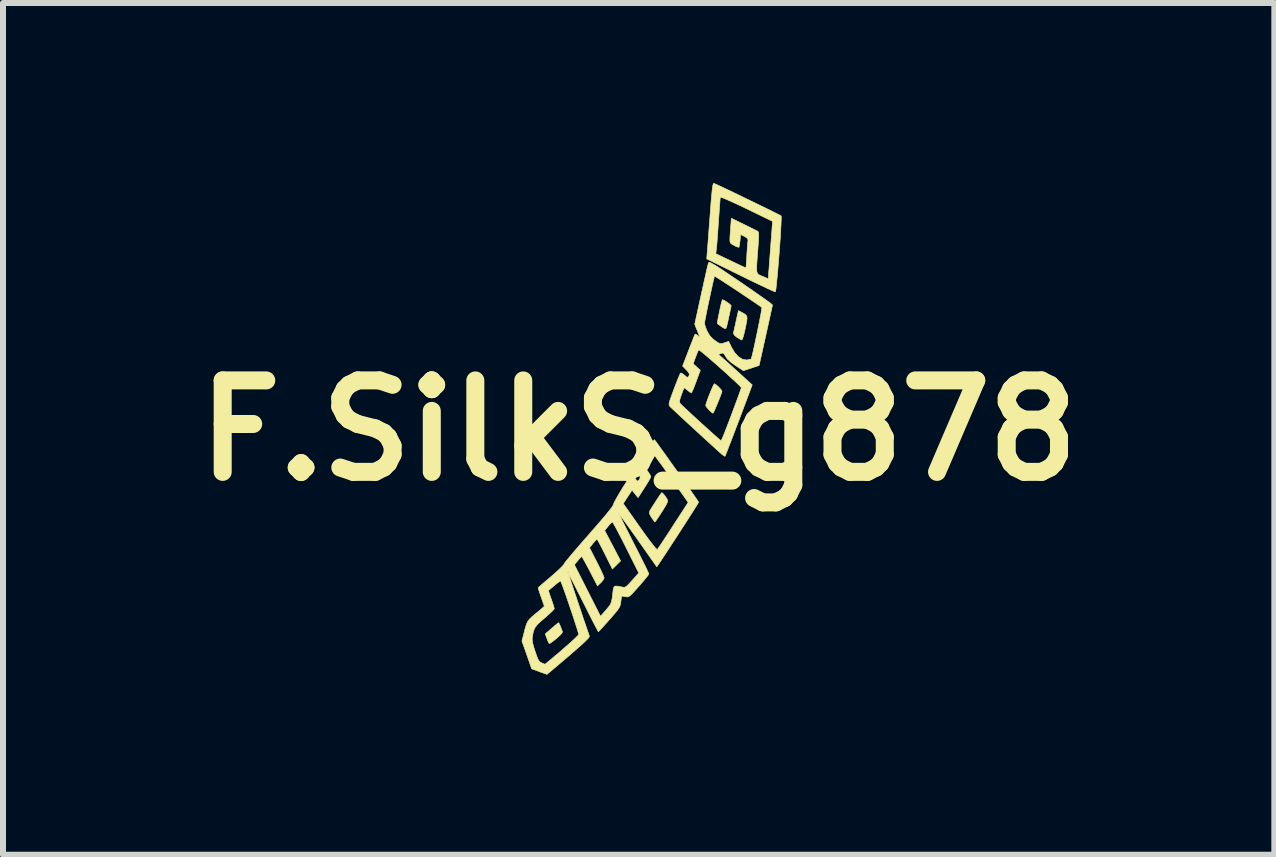
<source format=kicad_pcb>
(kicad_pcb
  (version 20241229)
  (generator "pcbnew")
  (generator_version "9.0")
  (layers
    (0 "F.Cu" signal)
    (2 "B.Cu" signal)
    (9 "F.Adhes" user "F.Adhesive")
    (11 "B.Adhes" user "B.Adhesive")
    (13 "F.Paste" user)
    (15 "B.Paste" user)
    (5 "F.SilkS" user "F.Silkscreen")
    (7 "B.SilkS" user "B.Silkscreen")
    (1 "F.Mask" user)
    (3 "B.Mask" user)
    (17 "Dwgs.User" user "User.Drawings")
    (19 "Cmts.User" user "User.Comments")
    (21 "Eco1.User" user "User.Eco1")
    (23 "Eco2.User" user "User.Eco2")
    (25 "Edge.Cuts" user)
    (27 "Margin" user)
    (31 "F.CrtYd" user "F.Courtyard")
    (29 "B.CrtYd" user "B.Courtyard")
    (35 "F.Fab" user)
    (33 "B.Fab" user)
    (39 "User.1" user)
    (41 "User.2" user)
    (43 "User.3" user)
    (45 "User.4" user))
  (footprint "F.SilkS_g878"
    (layer "F.Cu")
    (at 7.591 4.123)
    (property "Reference" "F.SilkS_g878" (at 0 0 0) (layer "F.SilkS") (effects (font (size 1.524 1.524) (thickness 0.3))))
    (attr through_hole)
    (fp_poly (pts (xy -1.316 3.234) (xy -1.297 3.279) (xy -1.28 3.323) (xy -1.27 3.354) (xy -1.27 3.358) (xy -1.282 3.38) (xy -1.314 3.414) (xy -1.349 3.447) (xy -1.411 3.498) (xy -1.452 3.529) (xy -1.477 3.545) (xy -1.491 3.547) (xy -1.498 3.54) (xy -1.509 3.515) (xy -1.526 3.472) (xy -1.532 3.456) (xy -1.556 3.389) (xy -1.446 3.293) (xy -1.396 3.25) (xy -1.357 3.219) (xy -1.335 3.203) (xy -1.332 3.203) (xy -1.316 3.234)) (stroke (width 0.01) (type solid)) (fill yes) (layer "F.SilkS"))
    (fp_poly (pts (xy 1.707 -1.974) (xy 1.754 -1.949) (xy 1.784 -1.928) (xy 1.801 -1.905) (xy 1.806 -1.871) (xy 1.8 -1.821) (xy 1.786 -1.748) (xy 1.777 -1.704) (xy 1.76 -1.628) (xy 1.743 -1.565) (xy 1.729 -1.523) (xy 1.719 -1.508) (xy 1.719 -1.508) (xy 1.696 -1.518) (xy 1.657 -1.541) (xy 1.637 -1.553) (xy 1.595 -1.588) (xy 1.58 -1.617) (xy 1.581 -1.633) (xy 1.588 -1.664) (xy 1.6 -1.719) (xy 1.616 -1.789) (xy 1.625 -1.833) (xy 1.662 -1.998) (xy 1.707 -1.974)) (stroke (width 0.01) (type solid)) (fill yes) (layer "F.SilkS"))
    (fp_poly (pts (xy 1.283 -0.768) (xy 1.316 -0.74) (xy 1.351 -0.706) (xy 1.378 -0.674) (xy 1.389 -0.656) (xy 1.383 -0.633) (xy 1.367 -0.588) (xy 1.344 -0.529) (xy 1.318 -0.463) (xy 1.291 -0.399) (xy 1.267 -0.343) (xy 1.248 -0.303) (xy 1.238 -0.288) (xy 1.238 -0.288) (xy 1.22 -0.299) (xy 1.188 -0.327) (xy 1.172 -0.344) (xy 1.139 -0.38) (xy 1.12 -0.409) (xy 1.117 -0.416) (xy 1.123 -0.444) (xy 1.139 -0.492) (xy 1.161 -0.553) (xy 1.187 -0.619) (xy 1.213 -0.682) (xy 1.236 -0.735) (xy 1.254 -0.769) (xy 1.262 -0.779) (xy 1.283 -0.768)) (stroke (width 0.01) (type solid)) (fill yes) (layer "F.SilkS"))
    (fp_poly (pts (xy 0.396 1.041) (xy 0.421 1.067) (xy 0.449 1.104) (xy 0.474 1.143) (xy 0.475 1.146) (xy 0.482 1.165) (xy 0.48 1.188) (xy 0.467 1.22) (xy 0.44 1.268) (xy 0.398 1.337) (xy 0.387 1.353) (xy 0.345 1.419) (xy 0.309 1.473) (xy 0.283 1.51) (xy 0.271 1.523) (xy 0.258 1.511) (xy 0.234 1.477) (xy 0.215 1.449) (xy 0.187 1.401) (xy 0.178 1.37) (xy 0.183 1.344) (xy 0.188 1.334) (xy 0.204 1.308) (xy 0.232 1.262) (xy 0.269 1.206) (xy 0.307 1.146) (xy 0.343 1.092) (xy 0.371 1.052) (xy 0.383 1.035) (xy 0.396 1.041)) (stroke (width 0.01) (type solid)) (fill yes) (layer "F.SilkS"))
    (fp_poly (pts (xy 1.412 -2.175) (xy 1.444 -2.157) (xy 1.483 -2.131) (xy 1.518 -2.104) (xy 1.539 -2.084) (xy 1.541 -2.08) (xy 1.537 -2.058) (xy 1.528 -2.011) (xy 1.515 -1.95) (xy 1.5 -1.882) (xy 1.486 -1.816) (xy 1.473 -1.761) (xy 1.464 -1.726) (xy 1.463 -1.723) (xy 1.453 -1.701) (xy 1.437 -1.697) (xy 1.407 -1.713) (xy 1.375 -1.734) (xy 1.338 -1.761) (xy 1.314 -1.78) (xy 1.311 -1.782) (xy 1.312 -1.8) (xy 1.318 -1.843) (xy 1.33 -1.903) (xy 1.344 -1.972) (xy 1.359 -2.042) (xy 1.373 -2.105) (xy 1.386 -2.153) (xy 1.394 -2.178) (xy 1.395 -2.179) (xy 1.412 -2.175)) (stroke (width 0.01) (type solid)) (fill yes) (layer "F.SilkS"))
    (fp_poly (pts (xy 1.275 -4.109) (xy 1.321 -4.088) (xy 1.39 -4.056) (xy 1.476 -4.015) (xy 1.575 -3.968) (xy 1.683 -3.916) (xy 1.796 -3.861) (xy 1.91 -3.806) (xy 2.02 -3.752) (xy 2.123 -3.702) (xy 2.213 -3.658) (xy 2.287 -3.621) (xy 2.341 -3.594) (xy 2.37 -3.578) (xy 2.374 -3.576) (xy 2.376 -3.556) (xy 2.375 -3.508) (xy 2.372 -3.435) (xy 2.367 -3.343) (xy 2.361 -3.235) (xy 2.353 -3.116) (xy 2.344 -2.991) (xy 2.334 -2.864) (xy 2.324 -2.74) (xy 2.314 -2.624) (xy 2.304 -2.519) (xy 2.295 -2.431) (xy 2.288 -2.364) (xy 2.281 -2.322) (xy 2.277 -2.31) (xy 2.259 -2.316) (xy 2.213 -2.336) (xy 2.145 -2.367) (xy 2.056 -2.409) (xy 1.951 -2.459) (xy 1.833 -2.516) (xy 1.705 -2.579) (xy 1.697 -2.583) (xy 1.134 -2.86) (xy 1.141 -2.946) (xy 1.285 -2.946) (xy 1.533 -2.828) (xy 1.617 -2.788) (xy 1.689 -2.754) (xy 1.745 -2.728) (xy 1.778 -2.713) (xy 1.786 -2.709) (xy 1.789 -2.725) (xy 1.793 -2.769) (xy 1.797 -2.833) (xy 1.802 -2.912) (xy 1.802 -2.925) (xy 1.808 -3.01) (xy 1.813 -3.083) (xy 1.818 -3.139) (xy 1.822 -3.169) (xy 1.822 -3.17) (xy 1.817 -3.196) (xy 1.783 -3.222) (xy 1.764 -3.233) (xy 1.698 -3.266) (xy 1.689 -3.164) (xy 1.682 -3.109) (xy 1.675 -3.068) (xy 1.67 -3.053) (xy 1.652 -3.056) (xy 1.614 -3.071) (xy 1.589 -3.085) (xy 1.56 -3.1) (xy 1.54 -3.113) (xy 1.528 -3.129) (xy 1.521 -3.153) (xy 1.52 -3.193) (xy 1.523 -3.252) (xy 1.529 -3.336) (xy 1.533 -3.39) (xy 1.544 -3.537) (xy 1.75 -3.436) (xy 1.828 -3.398) (xy 1.896 -3.364) (xy 1.949 -3.338) (xy 1.979 -3.323) (xy 1.982 -3.321) (xy 1.991 -3.312) (xy 1.997 -3.295) (xy 2 -3.265) (xy 1.999 -3.216) (xy 1.995 -3.145) (xy 1.988 -3.045) (xy 1.987 -3.029) (xy 1.977 -2.901) (xy 1.97 -2.802) (xy 1.966 -2.728) (xy 1.966 -2.675) (xy 1.971 -2.639) (xy 1.982 -2.615) (xy 1.998 -2.599) (xy 2.021 -2.587) (xy 2.051 -2.574) (xy 2.062 -2.57) (xy 2.159 -2.528) (xy 2.187 -2.902) (xy 2.196 -3.019) (xy 2.204 -3.13) (xy 2.212 -3.231) (xy 2.218 -3.313) (xy 2.222 -3.369) (xy 2.223 -3.381) (xy 2.231 -3.485) (xy 1.797 -3.696) (xy 1.686 -3.749) (xy 1.585 -3.796) (xy 1.498 -3.835) (xy 1.429 -3.865) (xy 1.382 -3.883) (xy 1.361 -3.889) (xy 1.36 -3.888) (xy 1.358 -3.866) (xy 1.354 -3.816) (xy 1.348 -3.742) (xy 1.342 -3.649) (xy 1.334 -3.542) (xy 1.33 -3.48) (xy 1.322 -3.364) (xy 1.314 -3.255) (xy 1.307 -3.159) (xy 1.301 -3.083) (xy 1.296 -3.032) (xy 1.294 -3.018) (xy 1.285 -2.946) (xy 1.141 -2.946) (xy 1.144 -2.992) (xy 1.148 -3.044) (xy 1.155 -3.123) (xy 1.162 -3.225) (xy 1.171 -3.343) (xy 1.181 -3.472) (xy 1.191 -3.606) (xy 1.192 -3.624) (xy 1.203 -3.77) (xy 1.213 -3.885) (xy 1.221 -3.973) (xy 1.228 -4.037) (xy 1.235 -4.08) (xy 1.242 -4.106) (xy 1.249 -4.117) (xy 1.254 -4.118) (xy 1.275 -4.109)) (stroke (width 0.01) (type solid)) (fill yes) (layer "F.SilkS"))
    (fp_poly (pts (xy 1.188 -2.799) (xy 1.216 -2.786) (xy 1.258 -2.762) (xy 1.317 -2.726) (xy 1.396 -2.674) (xy 1.496 -2.607) (xy 1.621 -2.522) (xy 1.653 -2.501) (xy 1.768 -2.422) (xy 1.876 -2.348) (xy 1.973 -2.28) (xy 2.056 -2.222) (xy 2.121 -2.176) (xy 2.164 -2.145) (xy 2.18 -2.134) (xy 2.23 -2.091) (xy 2.119 -1.588) (xy 2.007 -1.084) (xy 1.876 -1.04) (xy 1.745 -0.997) (xy 1.613 -1.083) (xy 1.531 -1.142) (xy 1.476 -1.194) (xy 1.448 -1.235) (xy 1.425 -1.275) (xy 1.405 -1.29) (xy 1.38 -1.287) (xy 1.372 -1.284) (xy 1.329 -1.268) (xy 1.38 -1.224) (xy 1.409 -1.198) (xy 1.458 -1.155) (xy 1.521 -1.098) (xy 1.594 -1.031) (xy 1.662 -0.97) (xy 1.892 -0.76) (xy 1.67 -0.169) (xy 1.619 -0.036) (xy 1.572 0.088) (xy 1.53 0.198) (xy 1.494 0.29) (xy 1.466 0.362) (xy 1.448 0.409) (xy 1.439 0.429) (xy 1.439 0.429) (xy 1.423 0.423) (xy 1.39 0.399) (xy 1.353 0.367) (xy 1.285 0.305) (xy 1.205 0.232) (xy 1.116 0.151) (xy 1.023 0.066) (xy 0.928 -0.022) (xy 0.835 -0.107) (xy 0.748 -0.188) (xy 0.67 -0.26) (xy 0.605 -0.321) (xy 0.556 -0.367) (xy 0.527 -0.394) (xy 0.521 -0.401) (xy 0.511 -0.414) (xy 0.506 -0.431) (xy 0.508 -0.455) (xy 0.517 -0.493) (xy 0.518 -0.495) (xy 0.681 -0.495) (xy 0.681 -0.471) (xy 0.692 -0.452) (xy 0.704 -0.438) (xy 0.727 -0.415) (xy 0.77 -0.374) (xy 0.828 -0.32) (xy 0.897 -0.256) (xy 0.973 -0.186) (xy 1.053 -0.113) (xy 1.132 -0.042) (xy 1.206 0.025) (xy 1.271 0.083) (xy 1.323 0.129) (xy 1.359 0.159) (xy 1.374 0.169) (xy 1.382 0.154) (xy 1.401 0.111) (xy 1.428 0.045) (xy 1.462 -0.042) (xy 1.501 -0.143) (xy 1.544 -0.256) (xy 1.548 -0.267) (xy 1.59 -0.381) (xy 1.629 -0.485) (xy 1.662 -0.575) (xy 1.687 -0.645) (xy 1.704 -0.692) (xy 1.71 -0.713) (xy 1.711 -0.713) (xy 1.698 -0.729) (xy 1.665 -0.763) (xy 1.614 -0.812) (xy 1.549 -0.871) (xy 1.475 -0.939) (xy 1.395 -1.011) (xy 1.313 -1.084) (xy 1.233 -1.154) (xy 1.159 -1.218) (xy 1.095 -1.272) (xy 1.044 -1.314) (xy 1.011 -1.338) (xy 1 -1.344) (xy 0.988 -1.321) (xy 0.969 -1.277) (xy 0.948 -1.221) (xy 0.908 -1.113) (xy 1.027 -1.004) (xy 0.958 -0.815) (xy 0.93 -0.742) (xy 0.906 -0.682) (xy 0.887 -0.641) (xy 0.878 -0.627) (xy 0.858 -0.636) (xy 0.825 -0.661) (xy 0.816 -0.669) (xy 0.782 -0.696) (xy 0.761 -0.71) (xy 0.759 -0.711) (xy 0.751 -0.696) (xy 0.735 -0.658) (xy 0.715 -0.602) (xy 0.711 -0.593) (xy 0.691 -0.533) (xy 0.681 -0.495) (xy 0.518 -0.495) (xy 0.536 -0.548) (xy 0.565 -0.627) (xy 0.587 -0.687) (xy 0.62 -0.774) (xy 0.65 -0.85) (xy 0.675 -0.91) (xy 0.691 -0.947) (xy 0.696 -0.956) (xy 0.717 -0.956) (xy 0.752 -0.932) (xy 0.763 -0.922) (xy 0.797 -0.893) (xy 0.817 -0.886) (xy 0.83 -0.898) (xy 0.844 -0.926) (xy 0.84 -0.952) (xy 0.817 -0.986) (xy 0.789 -1.015) (xy 0.732 -1.075) (xy 0.833 -1.337) (xy 0.867 -1.425) (xy 0.897 -1.501) (xy 0.92 -1.56) (xy 0.936 -1.597) (xy 0.941 -1.607) (xy 0.957 -1.602) (xy 0.985 -1.582) (xy 1.01 -1.56) (xy 1.016 -1.562) (xy 1.008 -1.583) (xy 0.994 -1.619) (xy 0.974 -1.671) (xy 0.964 -1.694) (xy 0.934 -1.771) (xy 0.937 -1.786) (xy 1.097 -1.786) (xy 1.104 -1.753) (xy 1.122 -1.702) (xy 1.14 -1.658) (xy 1.181 -1.585) (xy 1.234 -1.528) (xy 1.27 -1.5) (xy 1.318 -1.466) (xy 1.351 -1.45) (xy 1.379 -1.447) (xy 1.413 -1.456) (xy 1.428 -1.461) (xy 1.499 -1.485) (xy 1.549 -1.382) (xy 1.603 -1.294) (xy 1.665 -1.227) (xy 1.731 -1.187) (xy 1.796 -1.175) (xy 1.811 -1.177) (xy 1.851 -1.185) (xy 1.874 -1.191) (xy 1.875 -1.192) (xy 1.881 -1.211) (xy 1.893 -1.257) (xy 1.909 -1.326) (xy 1.928 -1.411) (xy 1.948 -1.507) (xy 1.97 -1.61) (xy 1.991 -1.713) (xy 2.011 -1.811) (xy 2.028 -1.899) (xy 2.042 -1.972) (xy 2.05 -2.023) (xy 2.053 -2.049) (xy 2.053 -2.05) (xy 2.03 -2.068) (xy 1.984 -2.099) (xy 1.921 -2.142) (xy 1.844 -2.194) (xy 1.758 -2.251) (xy 1.668 -2.312) (xy 1.577 -2.372) (xy 1.49 -2.429) (xy 1.411 -2.48) (xy 1.345 -2.523) (xy 1.296 -2.554) (xy 1.269 -2.571) (xy 1.264 -2.572) (xy 1.258 -2.553) (xy 1.247 -2.507) (xy 1.231 -2.439) (xy 1.213 -2.354) (xy 1.192 -2.26) (xy 1.171 -2.16) (xy 1.15 -2.062) (xy 1.131 -1.97) (xy 1.116 -1.891) (xy 1.104 -1.831) (xy 1.098 -1.794) (xy 1.097 -1.786) (xy 0.937 -1.786) (xy 1.043 -2.27) (xy 1.071 -2.396) (xy 1.097 -2.513) (xy 1.12 -2.615) (xy 1.139 -2.699) (xy 1.154 -2.759) (xy 1.163 -2.793) (xy 1.164 -2.797) (xy 1.172 -2.802) (xy 1.188 -2.799)) (stroke (width 0.01) (type solid)) (fill yes) (layer "F.SilkS"))
    (fp_poly (pts (xy 0.273 0.166) (xy 0.301 0.203) (xy 0.343 0.261) (xy 0.396 0.335) (xy 0.459 0.422) (xy 0.527 0.519) (xy 0.6 0.621) (xy 0.673 0.725) (xy 0.745 0.827) (xy 0.813 0.924) (xy 0.874 1.011) (xy 0.926 1.086) (xy 0.966 1.144) (xy 0.991 1.181) (xy 0.999 1.195) (xy 0.99 1.21) (xy 0.965 1.251) (xy 0.927 1.312) (xy 0.878 1.389) (xy 0.82 1.48) (xy 0.756 1.579) (xy 0.689 1.683) (xy 0.621 1.788) (xy 0.554 1.89) (xy 0.492 1.986) (xy 0.436 2.071) (xy 0.39 2.141) (xy 0.369 2.173) (xy 0.302 2.271) (xy 0.239 2.181) (xy 0.105 1.991) (xy -0.009 1.829) (xy -0.105 1.694) (xy -0.183 1.585) (xy -0.243 1.502) (xy -0.285 1.445) (xy -0.309 1.413) (xy -0.317 1.405) (xy -0.311 1.42) (xy -0.292 1.461) (xy -0.261 1.525) (xy -0.219 1.608) (xy -0.169 1.708) (xy -0.113 1.819) (xy -0.078 1.888) (xy -0.017 2.006) (xy 0.037 2.115) (xy 0.085 2.21) (xy 0.124 2.289) (xy 0.152 2.348) (xy 0.167 2.382) (xy 0.169 2.389) (xy 0.159 2.408) (xy 0.129 2.447) (xy 0.085 2.501) (xy 0.03 2.565) (xy 0.005 2.593) (xy -0.059 2.665) (xy -0.105 2.716) (xy -0.138 2.748) (xy -0.163 2.765) (xy -0.184 2.772) (xy -0.206 2.771) (xy -0.222 2.768) (xy -0.285 2.758) (xy -0.297 2.853) (xy -0.303 2.89) (xy -0.311 2.922) (xy -0.327 2.954) (xy -0.352 2.992) (xy -0.391 3.04) (xy -0.447 3.106) (xy -0.487 3.151) (xy -0.548 3.219) (xy -0.6 3.278) (xy -0.641 3.322) (xy -0.666 3.348) (xy -0.671 3.353) (xy -0.68 3.338) (xy -0.702 3.297) (xy -0.736 3.233) (xy -0.779 3.149) (xy -0.83 3.049) (xy -0.886 2.936) (xy -0.922 2.866) (xy -0.981 2.749) (xy -1.035 2.642) (xy -1.082 2.55) (xy -1.121 2.475) (xy -1.149 2.422) (xy -1.165 2.394) (xy -1.167 2.39) (xy -1.162 2.407) (xy -1.148 2.452) (xy -1.126 2.519) (xy -1.098 2.605) (xy -1.065 2.704) (xy -1.029 2.812) (xy -0.992 2.923) (xy -0.954 3.035) (xy -0.919 3.141) (xy -0.886 3.236) (xy -0.858 3.318) (xy -0.837 3.38) (xy -0.823 3.418) (xy -0.821 3.423) (xy -0.824 3.438) (xy -0.841 3.462) (xy -0.876 3.498) (xy -0.929 3.549) (xy -1.003 3.615) (xy -1.1 3.7) (xy -1.167 3.758) (xy -1.26 3.837) (xy -1.345 3.909) (xy -1.417 3.97) (xy -1.474 4.018) (xy -1.512 4.05) (xy -1.528 4.063) (xy -1.528 4.063) (xy -1.545 4.057) (xy -1.586 4.042) (xy -1.642 4.022) (xy -1.657 4.016) (xy -1.782 3.971) (xy -1.863 3.739) (xy -1.945 3.508) (xy -1.939 3.486) (xy -1.774 3.486) (xy -1.767 3.539) (xy -1.748 3.61) (xy -1.726 3.678) (xy -1.699 3.756) (xy -1.678 3.808) (xy -1.659 3.84) (xy -1.638 3.86) (xy -1.618 3.871) (xy -1.581 3.886) (xy -1.561 3.894) (xy -1.561 3.894) (xy -1.547 3.884) (xy -1.511 3.854) (xy -1.457 3.809) (xy -1.389 3.752) (xy -1.31 3.685) (xy -1.277 3.656) (xy -1.195 3.585) (xy -1.123 3.521) (xy -1.064 3.467) (xy -1.022 3.426) (xy -1.001 3.402) (xy -0.999 3.398) (xy -1.004 3.375) (xy -1.019 3.326) (xy -1.041 3.256) (xy -1.069 3.17) (xy -1.1 3.073) (xy -1.135 2.971) (xy -1.17 2.867) (xy -1.204 2.768) (xy -1.236 2.678) (xy -1.263 2.602) (xy -1.285 2.545) (xy -1.298 2.512) (xy -1.302 2.506) (xy -1.321 2.517) (xy -1.361 2.547) (xy -1.418 2.594) (xy -1.489 2.654) (xy -1.503 2.666) (xy -1.499 2.682) (xy -1.486 2.723) (xy -1.466 2.781) (xy -1.456 2.808) (xy -1.433 2.874) (xy -1.416 2.928) (xy -1.407 2.962) (xy -1.406 2.968) (xy -1.418 2.986) (xy -1.452 3.021) (xy -1.502 3.067) (xy -1.563 3.121) (xy -1.567 3.124) (xy -1.639 3.186) (xy -1.69 3.235) (xy -1.724 3.279) (xy -1.746 3.325) (xy -1.761 3.38) (xy -1.772 3.443) (xy -1.774 3.486) (xy -1.939 3.486) (xy -1.911 3.375) (xy -1.889 3.288) (xy -1.869 3.226) (xy -1.847 3.18) (xy -1.82 3.144) (xy -1.782 3.107) (xy -1.756 3.085) (xy -1.702 3.04) (xy -1.65 2.997) (xy -1.619 2.97) (xy -1.571 2.928) (xy -1.625 2.775) (xy -1.648 2.709) (xy -1.665 2.656) (xy -1.674 2.624) (xy -1.674 2.617) (xy -1.66 2.605) (xy -1.624 2.574) (xy -1.572 2.529) (xy -1.507 2.474) (xy -1.456 2.431) (xy -1.385 2.369) (xy -1.378 2.362) (xy -1.185 2.362) (xy -1.177 2.371) (xy -1.168 2.362) (xy -1.177 2.354) (xy -1.185 2.362) (xy -1.378 2.362) (xy -1.324 2.313) (xy -1.278 2.267) (xy -1.251 2.237) (xy -1.07 2.237) (xy -0.853 2.666) (xy -0.636 3.095) (xy -0.568 3.018) (xy -0.526 2.969) (xy -0.489 2.923) (xy -0.472 2.9) (xy -0.456 2.861) (xy -0.442 2.798) (xy -0.433 2.725) (xy -0.425 2.654) (xy -0.414 2.611) (xy -0.393 2.592) (xy -0.355 2.592) (xy -0.294 2.604) (xy -0.284 2.606) (xy -0.254 2.612) (xy -0.23 2.611) (xy -0.207 2.598) (xy -0.176 2.571) (xy -0.132 2.523) (xy -0.109 2.497) (xy 0.002 2.374) (xy -0.211 1.949) (xy -0.266 1.839) (xy -0.318 1.739) (xy -0.362 1.654) (xy -0.398 1.588) (xy -0.424 1.543) (xy -0.437 1.524) (xy -0.437 1.524) (xy -0.455 1.536) (xy -0.485 1.567) (xy -0.509 1.595) (xy -0.566 1.666) (xy -0.433 1.919) (xy -0.301 2.172) (xy -0.369 2.24) (xy -0.438 2.308) (xy -0.561 2.06) (xy -0.603 1.977) (xy -0.64 1.906) (xy -0.669 1.851) (xy -0.689 1.819) (xy -0.695 1.812) (xy -0.711 1.824) (xy -0.739 1.855) (xy -0.762 1.882) (xy -0.819 1.953) (xy -0.697 2.191) (xy -0.655 2.275) (xy -0.619 2.349) (xy -0.593 2.408) (xy -0.578 2.446) (xy -0.575 2.456) (xy -0.587 2.483) (xy -0.616 2.521) (xy -0.631 2.536) (xy -0.686 2.589) (xy -0.813 2.344) (xy -0.856 2.262) (xy -0.894 2.192) (xy -0.924 2.138) (xy -0.944 2.106) (xy -0.949 2.1) (xy -0.965 2.112) (xy -0.993 2.143) (xy -1.015 2.168) (xy -1.07 2.237) (xy -1.251 2.237) (xy -1.25 2.237) (xy -1.244 2.226) (xy -1.234 2.208) (xy -1.203 2.168) (xy -1.154 2.109) (xy -1.09 2.033) (xy -1.014 1.944) (xy -0.928 1.845) (xy -0.834 1.738) (xy -0.83 1.733) (xy -0.706 1.591) (xy -0.604 1.473) (xy -0.526 1.38) (xy -0.339 1.38) (xy -0.33 1.389) (xy -0.322 1.38) (xy -0.33 1.372) (xy -0.339 1.38) (xy -0.526 1.38) (xy -0.524 1.377) (xy -0.466 1.305) (xy -0.432 1.257) (xy -0.42 1.233) (xy -0.42 1.233) (xy -0.415 1.217) (xy -0.257 1.217) (xy 0.019 1.608) (xy 0.109 1.734) (xy 0.183 1.835) (xy 0.241 1.91) (xy 0.282 1.96) (xy 0.306 1.981) (xy 0.311 1.982) (xy 0.324 1.964) (xy 0.353 1.921) (xy 0.396 1.858) (xy 0.449 1.777) (xy 0.51 1.684) (xy 0.576 1.582) (xy 0.576 1.582) (xy 0.825 1.198) (xy 0.552 0.811) (xy 0.481 0.711) (xy 0.416 0.62) (xy 0.36 0.543) (xy 0.315 0.482) (xy 0.284 0.441) (xy 0.269 0.424) (xy 0.269 0.424) (xy 0.261 0.429) (xy 0.246 0.446) (xy 0.222 0.48) (xy 0.185 0.535) (xy 0.147 0.594) (xy 0.131 0.623) (xy 0.131 0.647) (xy 0.149 0.678) (xy 0.161 0.694) (xy 0.187 0.734) (xy 0.202 0.764) (xy 0.203 0.77) (xy 0.194 0.791) (xy 0.171 0.833) (xy 0.136 0.891) (xy 0.097 0.953) (xy -0.01 1.119) (xy -0.111 0.994) (xy -0.184 1.106) (xy -0.257 1.217) (xy -0.415 1.217) (xy -0.413 1.211) (xy -0.391 1.167) (xy -0.357 1.106) (xy -0.316 1.036) (xy -0.271 0.961) (xy -0.225 0.889) (xy -0.183 0.824) (xy -0.147 0.774) (xy -0.127 0.748) (xy -0.11 0.74) (xy -0.09 0.754) (xy -0.066 0.786) (xy -0.037 0.828) (xy -0.018 0.843) (xy -0.002 0.834) (xy 0.014 0.811) (xy 0.025 0.785) (xy 0.019 0.759) (xy -0.007 0.72) (xy -0.007 0.719) (xy -0.035 0.68) (xy -0.05 0.65) (xy -0.051 0.645) (xy -0.042 0.627) (xy -0.019 0.586) (xy 0.016 0.53) (xy 0.057 0.462) (xy 0.103 0.39) (xy 0.149 0.318) (xy 0.192 0.253) (xy 0.227 0.2) (xy 0.252 0.164) (xy 0.263 0.152) (xy 0.273 0.166)) (stroke (width 0.01) (type solid)) (fill yes) (layer "F.SilkS")))
  (gr_rect
    (start -3 -3)
    (end 18.182 11.191)
    (stroke (width 0.1) (type default))
    (fill no)
    (layer "Edge.Cuts")))
</source>
